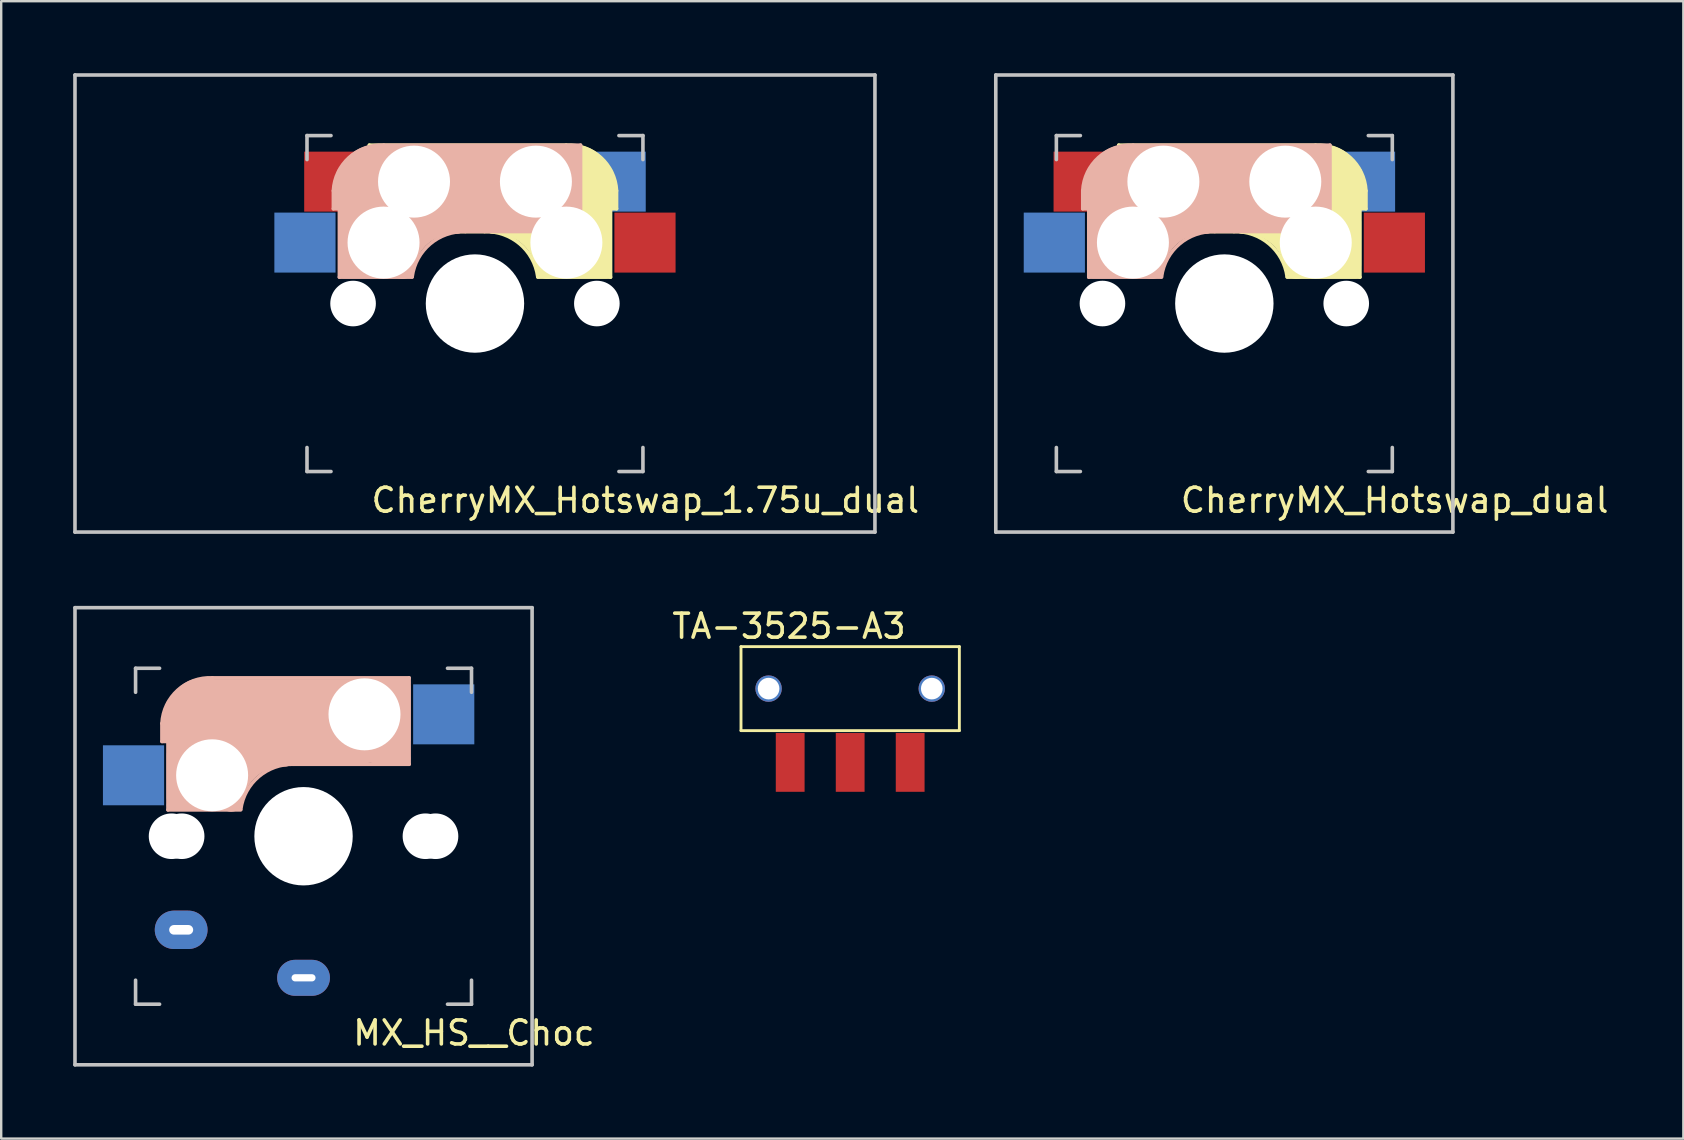
<source format=kicad_pcb>
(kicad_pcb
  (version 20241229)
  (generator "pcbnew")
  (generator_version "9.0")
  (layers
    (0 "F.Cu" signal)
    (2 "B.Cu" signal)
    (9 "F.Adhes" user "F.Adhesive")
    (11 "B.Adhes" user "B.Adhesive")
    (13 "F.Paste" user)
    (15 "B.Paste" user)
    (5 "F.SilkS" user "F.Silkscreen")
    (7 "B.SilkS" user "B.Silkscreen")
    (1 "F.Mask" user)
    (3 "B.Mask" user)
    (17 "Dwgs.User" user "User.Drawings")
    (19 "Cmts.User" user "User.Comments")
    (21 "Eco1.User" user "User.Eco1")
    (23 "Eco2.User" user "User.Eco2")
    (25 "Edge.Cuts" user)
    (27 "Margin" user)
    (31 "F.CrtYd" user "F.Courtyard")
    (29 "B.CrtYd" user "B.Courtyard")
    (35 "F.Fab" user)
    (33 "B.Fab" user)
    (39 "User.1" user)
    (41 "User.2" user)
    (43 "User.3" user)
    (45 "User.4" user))
  (footprint "CherryMX_Hotswap_dual"
    (layer "F.Cu")
    (at 47.974 9.6)
    (property "Reference" "CherryMX_Hotswap_dual" (at 7.1 8.2 0) (layer "F.SilkS") (effects (font (size 1 1) (thickness 0.15))))
    (fp_line (start -4.4 -6.6) (end 3.8 -6.6) (stroke (width 0.15) (type solid)) (layer "F.SilkS"))
    (fp_line (start -4.4 -3) (end -4.4 -6.6) (stroke (width 0.15) (type solid)) (layer "F.SilkS"))
    (fp_line (start -4.38 -4) (end -4.38 -6.25) (stroke (width 0.15) (type solid)) (layer "F.SilkS"))
    (fp_line (start -4.25 -6.4) (end -3 -6.4) (stroke (width 0.4) (type solid)) (layer "F.SilkS"))
    (fp_line (start -4.2 -3.25) (end -2.9 -3.3) (stroke (width 0.5) (type solid)) (layer "F.SilkS"))
    (fp_line (start -3.9 -6) (end -3.9 -3.5) (stroke (width 1) (type solid)) (layer "F.SilkS"))
    (fp_line (start -2.6 -4.8) (end 4.1 -4.8) (stroke (width 3.5) (type solid)) (layer "F.SilkS"))
    (fp_line (start 0.4 -3) (end -4.4 -3) (stroke (width 0.15) (type solid)) (layer "F.SilkS"))
    (fp_line (start 4.17 -5.1) (end 4.17 -2.86) (stroke (width 3) (type solid)) (layer "F.SilkS"))
    (fp_line (start 5.3 -1.6) (end 5.3 -3.4) (stroke (width 0.8) (type solid)) (layer "F.SilkS"))
    (fp_line (start 5.45 -1.3) (end 3 -1.3) (stroke (width 0.5) (type solid)) (layer "F.SilkS"))
    (fp_line (start 5.65 -5.55) (end 5.65 -1.1) (stroke (width 0.15) (type solid)) (layer "F.SilkS"))
    (fp_line (start 5.65 -1.1) (end 2.62 -1.1) (stroke (width 0.15) (type solid)) (layer "F.SilkS"))
    (fp_line (start 5.8 -4.05) (end 5.8 -4.7) (stroke (width 0.3) (type solid)) (layer "F.SilkS"))
    (fp_line (start 5.9 -4.7) (end 5.9 -3.95) (stroke (width 0.15) (type solid)) (layer "F.SilkS"))
    (fp_line (start 5.9 -3.95) (end 5.7 -3.95) (stroke (width 0.15) (type solid)) (layer "F.SilkS"))
    (fp_arc (start 0.4 -3) (mid 1.868709 -2.486118) (end 2.616318 -1.121471) (stroke (width 0.15) (type solid)) (layer "F.SilkS"))
    (fp_arc (start 0.8 -3.4) (mid 2.268709 -2.886118) (end 3.016318 -1.521471) (stroke (width 1) (type solid)) (layer "F.SilkS"))
    (fp_arc (start 3.800001 -6.6) (mid 5.243504 -6.084924) (end 5.9 -4.699999) (stroke (width 0.15) (type solid)) (layer "F.SilkS"))
    (fp_line (start -5.9 -4.7) (end -5.9 -3.95) (stroke (width 0.15) (type solid)) (layer "B.SilkS"))
    (fp_line (start -5.9 -3.95) (end -5.7 -3.95) (stroke (width 0.15) (type solid)) (layer "B.SilkS"))
    (fp_line (start -5.8 -4.05) (end -5.8 -4.7) (stroke (width 0.3) (type solid)) (layer "B.SilkS"))
    (fp_line (start -5.65 -5.55) (end -5.65 -1.1) (stroke (width 0.15) (type solid)) (layer "B.SilkS"))
    (fp_line (start -5.65 -1.1) (end -2.62 -1.1) (stroke (width 0.15) (type solid)) (layer "B.SilkS"))
    (fp_line (start -5.45 -1.3) (end -3 -1.3) (stroke (width 0.5) (type solid)) (layer "B.SilkS"))
    (fp_line (start -5.3 -1.6) (end -5.3 -3.4) (stroke (width 0.8) (type solid)) (layer "B.SilkS"))
    (fp_line (start -4.17 -5.1) (end -4.17 -2.86) (stroke (width 3) (type solid)) (layer "B.SilkS"))
    (fp_line (start -0.4 -3) (end 4.4 -3) (stroke (width 0.15) (type solid)) (layer "B.SilkS"))
    (fp_line (start 2.6 -4.8) (end -4.1 -4.8) (stroke (width 3.5) (type solid)) (layer "B.SilkS"))
    (fp_line (start 3.9 -6) (end 3.9 -3.5) (stroke (width 1) (type solid)) (layer "B.SilkS"))
    (fp_line (start 4.2 -3.25) (end 2.9 -3.3) (stroke (width 0.5) (type solid)) (layer "B.SilkS"))
    (fp_line (start 4.25 -6.4) (end 3 -6.4) (stroke (width 0.4) (type solid)) (layer "B.SilkS"))
    (fp_line (start 4.38 -4) (end 4.38 -6.25) (stroke (width 0.15) (type solid)) (layer "B.SilkS"))
    (fp_line (start 4.4 -6.6) (end -3.8 -6.6) (stroke (width 0.15) (type solid)) (layer "B.SilkS"))
    (fp_line (start 4.4 -3) (end 4.4 -6.6) (stroke (width 0.15) (type solid)) (layer "B.SilkS"))
    (fp_arc (start -5.9 -4.699999) (mid -5.243504 -6.084924) (end -3.800001 -6.6) (stroke (width 0.15) (type solid)) (layer "B.SilkS"))
    (fp_arc (start -3.016318 -1.521471) (mid -2.268709 -2.886118) (end -0.8 -3.4) (stroke (width 1) (type solid)) (layer "B.SilkS"))
    (fp_arc (start -2.616318 -1.121471) (mid -1.868709 -2.486118) (end -0.4 -3) (stroke (width 0.15) (type solid)) (layer "B.SilkS"))
    (fp_line (start -9.525 -9.525) (end 9.525 -9.525) (stroke (width 0.15) (type solid)) (layer "Dwgs.User"))
    (fp_line (start -9.525 9.525) (end -9.525 -9.525) (stroke (width 0.15) (type solid)) (layer "Dwgs.User"))
    (fp_line (start -7 -7) (end -6 -7) (stroke (width 0.15) (type solid)) (layer "Dwgs.User"))
    (fp_line (start -7 -6) (end -7 -7) (stroke (width 0.15) (type solid)) (layer "Dwgs.User"))
    (fp_line (start -7 6) (end -7 7) (stroke (width 0.15) (type solid)) (layer "Dwgs.User"))
    (fp_line (start -7 7) (end -6 7) (stroke (width 0.15) (type solid)) (layer "Dwgs.User"))
    (fp_line (start 6 7) (end 7 7) (stroke (width 0.15) (type solid)) (layer "Dwgs.User"))
    (fp_line (start 7 -7) (end 6 -7) (stroke (width 0.15) (type solid)) (layer "Dwgs.User"))
    (fp_line (start 7 -7) (end 7 -6) (stroke (width 0.15) (type solid)) (layer "Dwgs.User"))
    (fp_line (start 7 7) (end 7 6) (stroke (width 0.15) (type solid)) (layer "Dwgs.User"))
    (fp_line (start 9.525 -9.525) (end 9.525 9.525) (stroke (width 0.15) (type solid)) (layer "Dwgs.User"))
    (fp_line (start 9.525 9.525) (end -9.525 9.525) (stroke (width 0.15) (type solid)) (layer "Dwgs.User"))
    (pad "" np_thru_hole circle (at -5.08 0) (size 1.9 1.9) (drill 1.9) (layers "*.Cu" "*.Mask"))
    (pad "" np_thru_hole circle (at -3.81 -2.54) (size 3 3) (drill 3) (layers "*.Cu" "*.Mask"))
    (pad "" np_thru_hole circle (at -2.54 -5.08) (size 3 3) (drill 3) (layers "*.Cu" "*.Mask"))
    (pad "" np_thru_hole circle (at 0 0 90) (size 4.1 4.1) (drill 4.1) (layers "*.Cu" "*.Mask"))
    (pad "" np_thru_hole circle (at 2.54 -5.08) (size 3 3) (drill 3) (layers "*.Cu" "*.Mask"))
    (pad "" np_thru_hole circle (at 3.81 -2.54) (size 3 3) (drill 3) (layers "*.Cu" "*.Mask"))
    (pad "" np_thru_hole circle (at 5.08 0) (size 1.9 1.9) (drill 1.9) (layers "*.Cu" "*.Mask"))
    (pad "1" smd rect (at -7.085 -2.54 180) (size 2.55 2.5) (layers "B.Cu" "B.Mask" "B.Paste"))
    (pad "1" smd rect (at 7.085 -2.54 180) (size 2.55 2.5) (layers "F.Cu" "F.Mask" "F.Paste"))
    (pad "2" smd rect (at -5.842 -5.08 180) (size 2.55 2.5) (layers "F.Cu" "F.Mask" "F.Paste"))
    (pad "2" smd rect (at 5.842 -5.08 180) (size 2.55 2.5) (layers "B.Cu" "B.Mask" "B.Paste")))
  (footprint "TA-3525-A3"
    (layer "F.Cu")
    (at 32.381 25.648)
    (property "Reference" "TA-3525-A3" (at -2.55 -2.6 0) (unlocked yes) (layer "F.SilkS") (effects (font (size 1 1) (thickness 0.15))))
    (attr smd)
    (fp_line (start -4.55 -1.75) (end -4.55 1.75) (stroke (width 0.12) (type solid)) (layer "F.SilkS"))
    (fp_line (start -4.55 -1.75) (end 4.55 -1.75) (stroke (width 0.12) (type solid)) (layer "F.SilkS"))
    (fp_line (start 4.55 -1.75) (end 4.55 1.75) (stroke (width 0.12) (type solid)) (layer "F.SilkS"))
    (fp_line (start 4.55 1.75) (end -4.55 1.75) (stroke (width 0.12) (type solid)) (layer "F.SilkS"))
    (pad "" np_thru_hole circle (at -3.4 0) (size 1.1 1.1) (drill 0.9) (layers "*.Cu" "*.Mask"))
    (pad "" np_thru_hole circle (at 3.4 0) (size 1.1 1.1) (drill 0.9) (layers "*.Cu" "*.Mask"))
    (pad "1" smd rect (at 2.5 3.075) (size 1.2 2.45) (layers "F.Cu" "F.Mask" "F.Paste"))
    (pad "2" smd rect (at 0 3.075) (size 1.2 2.45) (layers "F.Cu" "F.Mask" "F.Paste"))
    (pad "3" smd rect (at -2.5 3.075) (size 1.2 2.45) (layers "F.Cu" "F.Mask" "F.Paste")))
  (footprint "CherryMX_Hotswap_1.75u_dual"
    (layer "F.Cu")
    (at 16.744 9.6)
    (property "Reference" "CherryMX_Hotswap_1.75u_dual" (at 7.1 8.2 0) (layer "F.SilkS") (effects (font (size 1 1) (thickness 0.15))))
    (fp_line (start -4.4 -6.6) (end 3.8 -6.6) (stroke (width 0.15) (type solid)) (layer "F.SilkS"))
    (fp_line (start -4.4 -3) (end -4.4 -6.6) (stroke (width 0.15) (type solid)) (layer "F.SilkS"))
    (fp_line (start -4.38 -4) (end -4.38 -6.25) (stroke (width 0.15) (type solid)) (layer "F.SilkS"))
    (fp_line (start -4.25 -6.4) (end -3 -6.4) (stroke (width 0.4) (type solid)) (layer "F.SilkS"))
    (fp_line (start -4.2 -3.25) (end -2.9 -3.3) (stroke (width 0.5) (type solid)) (layer "F.SilkS"))
    (fp_line (start -3.9 -6) (end -3.9 -3.5) (stroke (width 1) (type solid)) (layer "F.SilkS"))
    (fp_line (start -2.6 -4.8) (end 4.1 -4.8) (stroke (width 3.5) (type solid)) (layer "F.SilkS"))
    (fp_line (start 0.4 -3) (end -4.4 -3) (stroke (width 0.15) (type solid)) (layer "F.SilkS"))
    (fp_line (start 4.17 -5.1) (end 4.17 -2.86) (stroke (width 3) (type solid)) (layer "F.SilkS"))
    (fp_line (start 5.3 -1.6) (end 5.3 -3.4) (stroke (width 0.8) (type solid)) (layer "F.SilkS"))
    (fp_line (start 5.45 -1.3) (end 3 -1.3) (stroke (width 0.5) (type solid)) (layer "F.SilkS"))
    (fp_line (start 5.65 -5.55) (end 5.65 -1.1) (stroke (width 0.15) (type solid)) (layer "F.SilkS"))
    (fp_line (start 5.65 -1.1) (end 2.62 -1.1) (stroke (width 0.15) (type solid)) (layer "F.SilkS"))
    (fp_line (start 5.8 -4.05) (end 5.8 -4.7) (stroke (width 0.3) (type solid)) (layer "F.SilkS"))
    (fp_line (start 5.9 -4.7) (end 5.9 -3.95) (stroke (width 0.15) (type solid)) (layer "F.SilkS"))
    (fp_line (start 5.9 -3.95) (end 5.7 -3.95) (stroke (width 0.15) (type solid)) (layer "F.SilkS"))
    (fp_arc (start 0.4 -3) (mid 1.868709 -2.486118) (end 2.616318 -1.121471) (stroke (width 0.15) (type solid)) (layer "F.SilkS"))
    (fp_arc (start 0.8 -3.4) (mid 2.268709 -2.886118) (end 3.016318 -1.521471) (stroke (width 1) (type solid)) (layer "F.SilkS"))
    (fp_arc (start 3.800001 -6.6) (mid 5.243504 -6.084924) (end 5.9 -4.699999) (stroke (width 0.15) (type solid)) (layer "F.SilkS"))
    (fp_line (start -5.9 -4.7) (end -5.9 -3.95) (stroke (width 0.15) (type solid)) (layer "B.SilkS"))
    (fp_line (start -5.9 -3.95) (end -5.7 -3.95) (stroke (width 0.15) (type solid)) (layer "B.SilkS"))
    (fp_line (start -5.8 -4.05) (end -5.8 -4.7) (stroke (width 0.3) (type solid)) (layer "B.SilkS"))
    (fp_line (start -5.65 -5.55) (end -5.65 -1.1) (stroke (width 0.15) (type solid)) (layer "B.SilkS"))
    (fp_line (start -5.65 -1.1) (end -2.62 -1.1) (stroke (width 0.15) (type solid)) (layer "B.SilkS"))
    (fp_line (start -5.45 -1.3) (end -3 -1.3) (stroke (width 0.5) (type solid)) (layer "B.SilkS"))
    (fp_line (start -5.3 -1.6) (end -5.3 -3.4) (stroke (width 0.8) (type solid)) (layer "B.SilkS"))
    (fp_line (start -4.17 -5.1) (end -4.17 -2.86) (stroke (width 3) (type solid)) (layer "B.SilkS"))
    (fp_line (start -0.4 -3) (end 4.4 -3) (stroke (width 0.15) (type solid)) (layer "B.SilkS"))
    (fp_line (start 2.6 -4.8) (end -4.1 -4.8) (stroke (width 3.5) (type solid)) (layer "B.SilkS"))
    (fp_line (start 3.9 -6) (end 3.9 -3.5) (stroke (width 1) (type solid)) (layer "B.SilkS"))
    (fp_line (start 4.2 -3.25) (end 2.9 -3.3) (stroke (width 0.5) (type solid)) (layer "B.SilkS"))
    (fp_line (start 4.25 -6.4) (end 3 -6.4) (stroke (width 0.4) (type solid)) (layer "B.SilkS"))
    (fp_line (start 4.38 -4) (end 4.38 -6.25) (stroke (width 0.15) (type solid)) (layer "B.SilkS"))
    (fp_line (start 4.4 -6.6) (end -3.8 -6.6) (stroke (width 0.15) (type solid)) (layer "B.SilkS"))
    (fp_line (start 4.4 -3) (end 4.4 -6.6) (stroke (width 0.15) (type solid)) (layer "B.SilkS"))
    (fp_arc (start -5.9 -4.699999) (mid -5.243504 -6.084924) (end -3.800001 -6.6) (stroke (width 0.15) (type solid)) (layer "B.SilkS"))
    (fp_arc (start -3.016318 -1.521471) (mid -2.268709 -2.886118) (end -0.8 -3.4) (stroke (width 1) (type solid)) (layer "B.SilkS"))
    (fp_arc (start -2.616318 -1.121471) (mid -1.868709 -2.486118) (end -0.4 -3) (stroke (width 0.15) (type solid)) (layer "B.SilkS"))
    (fp_line (start -16.669 -9.525) (end 16.669 -9.525) (stroke (width 0.15) (type solid)) (layer "Dwgs.User"))
    (fp_line (start -16.669 9.525) (end -16.669 -9.525) (stroke (width 0.15) (type solid)) (layer "Dwgs.User"))
    (fp_line (start -7 -7) (end -6 -7) (stroke (width 0.15) (type solid)) (layer "Dwgs.User"))
    (fp_line (start -7 -6) (end -7 -7) (stroke (width 0.15) (type solid)) (layer "Dwgs.User"))
    (fp_line (start -7 6) (end -7 7) (stroke (width 0.15) (type solid)) (layer "Dwgs.User"))
    (fp_line (start -7 7) (end -6 7) (stroke (width 0.15) (type solid)) (layer "Dwgs.User"))
    (fp_line (start 6 7) (end 7 7) (stroke (width 0.15) (type solid)) (layer "Dwgs.User"))
    (fp_line (start 7 -7) (end 6 -7) (stroke (width 0.15) (type solid)) (layer "Dwgs.User"))
    (fp_line (start 7 -7) (end 7 -6) (stroke (width 0.15) (type solid)) (layer "Dwgs.User"))
    (fp_line (start 7 7) (end 7 6) (stroke (width 0.15) (type solid)) (layer "Dwgs.User"))
    (fp_line (start 16.669 -9.525) (end 16.669 9.525) (stroke (width 0.15) (type solid)) (layer "Dwgs.User"))
    (fp_line (start 16.669 9.525) (end -16.669 9.525) (stroke (width 0.15) (type solid)) (layer "Dwgs.User"))
    (pad "" np_thru_hole circle (at -5.08 0) (size 1.9 1.9) (drill 1.9) (layers "*.Cu" "*.Mask"))
    (pad "" np_thru_hole circle (at -3.81 -2.54) (size 3 3) (drill 3) (layers "*.Cu" "*.Mask"))
    (pad "" np_thru_hole circle (at -2.54 -5.08) (size 3 3) (drill 3) (layers "*.Cu" "*.Mask"))
    (pad "" np_thru_hole circle (at 0 0 90) (size 4.1 4.1) (drill 4.1) (layers "*.Cu" "*.Mask"))
    (pad "" np_thru_hole circle (at 2.54 -5.08) (size 3 3) (drill 3) (layers "*.Cu" "*.Mask"))
    (pad "" np_thru_hole circle (at 3.81 -2.54) (size 3 3) (drill 3) (layers "*.Cu" "*.Mask"))
    (pad "" np_thru_hole circle (at 5.08 0) (size 1.9 1.9) (drill 1.9) (layers "*.Cu" "*.Mask"))
    (pad "1" smd rect (at -7.085 -2.54 180) (size 2.55 2.5) (layers "B.Cu" "B.Mask" "B.Paste"))
    (pad "1" smd rect (at 7.085 -2.54 180) (size 2.55 2.5) (layers "F.Cu" "F.Mask" "F.Paste"))
    (pad "2" smd rect (at -5.842 -5.08 180) (size 2.55 2.5) (layers "F.Cu" "F.Mask" "F.Paste"))
    (pad "2" smd rect (at 5.842 -5.08 180) (size 2.55 2.5) (layers "B.Cu" "B.Mask" "B.Paste")))
  (footprint "MX_HS__Choc"
    (layer "F.Cu")
    (at 9.6 31.8)
    (property "Reference" "MX_HS__Choc" (at 7.1 8.2 0) (layer "F.SilkS") (effects (font (size 1 1) (thickness 0.15))))
    (fp_line (start -5.9 -4.7) (end -5.9 -3.95) (stroke (width 0.15) (type solid)) (layer "B.SilkS"))
    (fp_line (start -5.9 -3.95) (end -5.7 -3.95) (stroke (width 0.15) (type solid)) (layer "B.SilkS"))
    (fp_line (start -5.8 -4.05) (end -5.8 -4.7) (stroke (width 0.3) (type solid)) (layer "B.SilkS"))
    (fp_line (start -5.65 -5.55) (end -5.65 -1.1) (stroke (width 0.15) (type solid)) (layer "B.SilkS"))
    (fp_line (start -5.65 -1.1) (end -2.62 -1.1) (stroke (width 0.15) (type solid)) (layer "B.SilkS"))
    (fp_line (start -5.45 -1.3) (end -3 -1.3) (stroke (width 0.5) (type solid)) (layer "B.SilkS"))
    (fp_line (start -5.3 -1.6) (end -5.3 -3.4) (stroke (width 0.8) (type solid)) (layer "B.SilkS"))
    (fp_line (start -4.17 -5.1) (end -4.17 -2.86) (stroke (width 3) (type solid)) (layer "B.SilkS"))
    (fp_line (start -0.4 -3) (end 4.4 -3) (stroke (width 0.15) (type solid)) (layer "B.SilkS"))
    (fp_line (start 2.6 -4.8) (end -4.1 -4.8) (stroke (width 3.5) (type solid)) (layer "B.SilkS"))
    (fp_line (start 3.9 -6) (end 3.9 -3.5) (stroke (width 1) (type solid)) (layer "B.SilkS"))
    (fp_line (start 4.2 -3.25) (end 2.9 -3.3) (stroke (width 0.5) (type solid)) (layer "B.SilkS"))
    (fp_line (start 4.25 -6.4) (end 3 -6.4) (stroke (width 0.4) (type solid)) (layer "B.SilkS"))
    (fp_line (start 4.38 -4) (end 4.38 -6.25) (stroke (width 0.15) (type solid)) (layer "B.SilkS"))
    (fp_line (start 4.4 -6.6) (end -3.8 -6.6) (stroke (width 0.15) (type solid)) (layer "B.SilkS"))
    (fp_line (start 4.4 -3) (end 4.4 -6.6) (stroke (width 0.15) (type solid)) (layer "B.SilkS"))
    (fp_arc (start -5.9 -4.699999) (mid -5.243504 -6.084924) (end -3.800001 -6.6) (stroke (width 0.15) (type solid)) (layer "B.SilkS"))
    (fp_arc (start -3.016318 -1.521471) (mid -2.268709 -2.886118) (end -0.8 -3.4) (stroke (width 1) (type solid)) (layer "B.SilkS"))
    (fp_arc (start -2.616318 -1.121471) (mid -1.868709 -2.486118) (end -0.4 -3) (stroke (width 0.15) (type solid)) (layer "B.SilkS"))
    (fp_line (start -9.525 -9.525) (end 9.525 -9.525) (stroke (width 0.15) (type solid)) (layer "Dwgs.User"))
    (fp_line (start -9.525 9.525) (end -9.525 -9.525) (stroke (width 0.15) (type solid)) (layer "Dwgs.User"))
    (fp_line (start -7 -7) (end -6 -7) (stroke (width 0.15) (type solid)) (layer "Dwgs.User"))
    (fp_line (start -7 -6) (end -7 -7) (stroke (width 0.15) (type solid)) (layer "Dwgs.User"))
    (fp_line (start -7 6) (end -7 7) (stroke (width 0.15) (type solid)) (layer "Dwgs.User"))
    (fp_line (start -7 7) (end -6 7) (stroke (width 0.15) (type solid)) (layer "Dwgs.User"))
    (fp_line (start 6 7) (end 7 7) (stroke (width 0.15) (type solid)) (layer "Dwgs.User"))
    (fp_line (start 7 -7) (end 6 -7) (stroke (width 0.15) (type solid)) (layer "Dwgs.User"))
    (fp_line (start 7 -7) (end 7 -6) (stroke (width 0.15) (type solid)) (layer "Dwgs.User"))
    (fp_line (start 7 7) (end 7 6) (stroke (width 0.15) (type solid)) (layer "Dwgs.User"))
    (fp_line (start 9.525 -9.525) (end 9.525 9.525) (stroke (width 0.15) (type solid)) (layer "Dwgs.User"))
    (fp_line (start 9.525 9.525) (end -9.525 9.525) (stroke (width 0.15) (type solid)) (layer "Dwgs.User"))
    (pad "" np_thru_hole circle (at -5.5 0 90) (size 1.9 1.9) (drill 1.9) (layers "*.Cu" "*.Mask"))
    (pad "" np_thru_hole circle (at -5.08 0) (size 1.9 1.9) (drill 1.9) (layers "*.Cu" "*.Mask"))
    (pad "" np_thru_hole circle (at -3.81 -2.54) (size 3 3) (drill 3) (layers "*.Cu" "*.Mask"))
    (pad "" np_thru_hole circle (at 0 0 90) (size 3.3 3.3) (drill 3.3) (layers "*.Cu" "*.Mask"))
    (pad "" np_thru_hole circle (at 0 0 90) (size 4.1 4.1) (drill 4.1) (layers "*.Cu" "*.Mask"))
    (pad "" np_thru_hole circle (at 2.54 -5.08) (size 3 3) (drill 3) (layers "*.Cu" "*.Mask"))
    (pad "" np_thru_hole circle (at 5.08 0) (size 1.9 1.9) (drill 1.9) (layers "*.Cu" "*.Mask"))
    (pad "" np_thru_hole circle (at 5.5 0 90) (size 1.9 1.9) (drill 1.9) (layers "*.Cu" "*.Mask"))
    (pad "1" smd rect (at -7.085 -2.54 180) (size 2.55 2.5) (layers "B.Cu" "B.Mask" "B.Paste"))
    (pad "1" thru_hole oval (at -5.1 3.9) (size 2.2 1.6) (drill oval 1 0.4) (layers "*.Cu" "B.Mask"))
    (pad "2" thru_hole oval (at 0 5.9) (size 2.2 1.5) (drill oval 1 0.3) (layers "*.Cu" "B.Mask"))
    (pad "2" smd rect (at 5.842 -5.08 180) (size 2.55 2.5) (layers "B.Cu" "B.Mask" "B.Paste")))
  (gr_rect
    (start -3 -3)
    (end 67.103 44.4)
    (stroke (width 0.1) (type default))
    (fill no)
    (layer "Edge.Cuts")))
</source>
